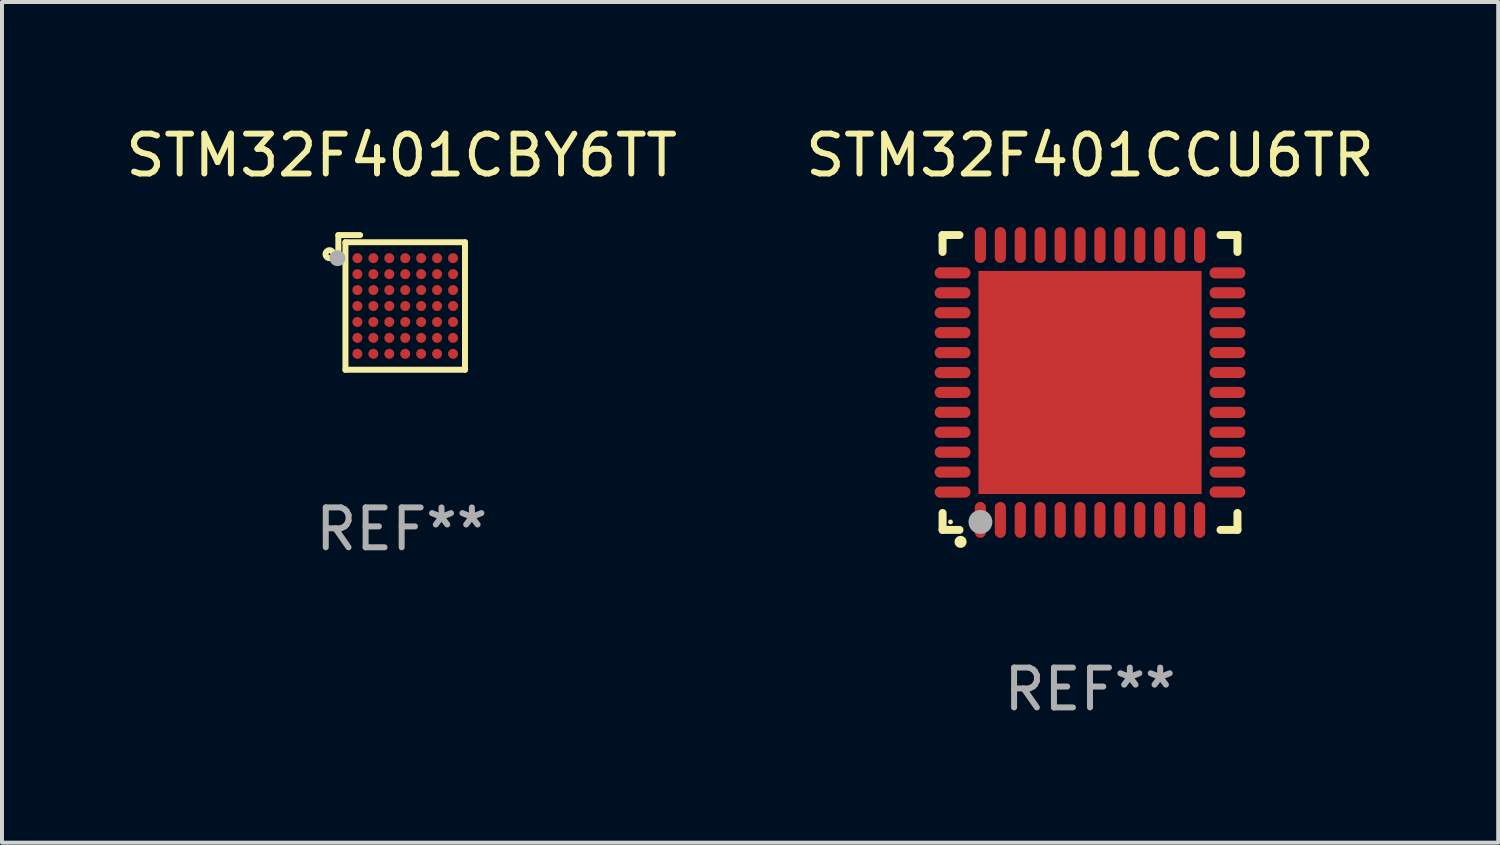
<source format=kicad_pcb>
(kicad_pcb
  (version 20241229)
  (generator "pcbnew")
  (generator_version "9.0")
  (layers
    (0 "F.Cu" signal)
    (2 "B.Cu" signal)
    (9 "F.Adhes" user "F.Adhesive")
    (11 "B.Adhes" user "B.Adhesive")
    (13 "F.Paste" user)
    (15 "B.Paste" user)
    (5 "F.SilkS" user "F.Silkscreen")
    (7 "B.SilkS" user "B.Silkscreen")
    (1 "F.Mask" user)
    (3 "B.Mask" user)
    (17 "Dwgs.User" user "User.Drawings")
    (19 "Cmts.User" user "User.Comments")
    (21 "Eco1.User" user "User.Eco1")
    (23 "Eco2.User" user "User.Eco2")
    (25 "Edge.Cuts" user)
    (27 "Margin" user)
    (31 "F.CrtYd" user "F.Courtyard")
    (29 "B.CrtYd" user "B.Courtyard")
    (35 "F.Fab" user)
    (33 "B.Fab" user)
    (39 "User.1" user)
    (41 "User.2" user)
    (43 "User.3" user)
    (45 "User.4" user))
  (footprint "STM32F401CBY6TT"
    (layer "F.Cu")
    (at 7.03 4.539)
    (property "Reference" "STM32F401CBY6TT" (at 0 -3.69 0) (layer "F.SilkS") (effects (font (size 1 1) (thickness 0.15))))
    (attr through_hole)
    (fp_line (start -1.589 -1.69) (end -1.589 -1.18) (stroke (width 0.15) (type solid)) (layer "F.SilkS"))
    (fp_line (start -1.411 -1.51) (end -1.411 1.69) (stroke (width 0.15) (type solid)) (layer "F.SilkS"))
    (fp_line (start -1.411 1.69) (end 1.589 1.69) (stroke (width 0.15) (type solid)) (layer "F.SilkS"))
    (fp_line (start -1.411 -1.51) (end 1.589 -1.51) (stroke (width 0.15) (type solid)) (layer "F.SilkS"))
    (fp_line (start -1.043 -1.69) (end -1.589 -1.69) (stroke (width 0.15) (type solid)) (layer "F.SilkS"))
    (fp_line (start 1.589 -1.51) (end 1.589 1.69) (stroke (width 0.15) (type solid)) (layer "F.SilkS"))
    (fp_circle (center -1.811 -1.21) (end -1.711 -1.21) (stroke (width 0.15) (type solid)) (fill no) (layer "F.SilkS"))
    (fp_circle (center -1.411 -1.41) (end -1.381 -1.41) (stroke (width 0.06) (type solid)) (fill no) (layer "F.SilkS"))
    (fp_circle (center -1.611 -1.11) (end -1.511 -1.11) (stroke (width 0.2) (type solid)) (fill no) (layer "F.Fab"))
    (fp_text user "REF**" (at 0 5.69 0) (layer "F.Fab") (effects (font (size 1 1) (thickness 0.15))))
    (pad "A1" smd circle (at -1.111 -1.11) (size 0.25 0.25) (layers "F.Cu" "F.Mask" "F.Paste"))
    (pad "A2" smd circle (at -0.711 -1.11) (size 0.25 0.25) (layers "F.Cu" "F.Mask" "F.Paste"))
    (pad "A3" smd circle (at -0.311 -1.11) (size 0.25 0.25) (layers "F.Cu" "F.Mask" "F.Paste"))
    (pad "A4" smd circle (at 0.089 -1.11) (size 0.25 0.25) (layers "F.Cu" "F.Mask" "F.Paste"))
    (pad "A5" smd circle (at 0.489 -1.11) (size 0.25 0.25) (layers "F.Cu" "F.Mask" "F.Paste"))
    (pad "A6" smd circle (at 0.889 -1.11) (size 0.25 0.25) (layers "F.Cu" "F.Mask" "F.Paste"))
    (pad "A7" smd circle (at 1.289 -1.11) (size 0.25 0.25) (layers "F.Cu" "F.Mask" "F.Paste"))
    (pad "B1" smd circle (at -1.111 -0.71) (size 0.25 0.25) (layers "F.Cu" "F.Mask" "F.Paste"))
    (pad "B2" smd circle (at -0.711 -0.71) (size 0.25 0.25) (layers "F.Cu" "F.Mask" "F.Paste"))
    (pad "B3" smd circle (at -0.311 -0.71) (size 0.25 0.25) (layers "F.Cu" "F.Mask" "F.Paste"))
    (pad "B4" smd circle (at 0.089 -0.71) (size 0.25 0.25) (layers "F.Cu" "F.Mask" "F.Paste"))
    (pad "B5" smd circle (at 0.489 -0.71) (size 0.25 0.25) (layers "F.Cu" "F.Mask" "F.Paste"))
    (pad "B6" smd circle (at 0.889 -0.71) (size 0.25 0.25) (layers "F.Cu" "F.Mask" "F.Paste"))
    (pad "B7" smd circle (at 1.289 -0.71) (size 0.25 0.25) (layers "F.Cu" "F.Mask" "F.Paste"))
    (pad "C1" smd circle (at -1.111 -0.31) (size 0.25 0.25) (layers "F.Cu" "F.Mask" "F.Paste"))
    (pad "C2" smd circle (at -0.711 -0.31) (size 0.25 0.25) (layers "F.Cu" "F.Mask" "F.Paste"))
    (pad "C3" smd circle (at -0.311 -0.31) (size 0.25 0.25) (layers "F.Cu" "F.Mask" "F.Paste"))
    (pad "C4" smd circle (at 0.089 -0.31) (size 0.25 0.25) (layers "F.Cu" "F.Mask" "F.Paste"))
    (pad "C5" smd circle (at 0.489 -0.31) (size 0.25 0.25) (layers "F.Cu" "F.Mask" "F.Paste"))
    (pad "C6" smd circle (at 0.889 -0.31) (size 0.25 0.25) (layers "F.Cu" "F.Mask" "F.Paste"))
    (pad "C7" smd circle (at 1.289 -0.31) (size 0.25 0.25) (layers "F.Cu" "F.Mask" "F.Paste"))
    (pad "D1" smd circle (at -1.111 0.09) (size 0.25 0.25) (layers "F.Cu" "F.Mask" "F.Paste"))
    (pad "D2" smd circle (at -0.711 0.09) (size 0.25 0.25) (layers "F.Cu" "F.Mask" "F.Paste"))
    (pad "D3" smd circle (at -0.311 0.09) (size 0.25 0.25) (layers "F.Cu" "F.Mask" "F.Paste"))
    (pad "D4" smd circle (at 0.089 0.09) (size 0.25 0.25) (layers "F.Cu" "F.Mask" "F.Paste"))
    (pad "D5" smd circle (at 0.489 0.09) (size 0.25 0.25) (layers "F.Cu" "F.Mask" "F.Paste"))
    (pad "D6" smd circle (at 0.889 0.09) (size 0.25 0.25) (layers "F.Cu" "F.Mask" "F.Paste"))
    (pad "D7" smd circle (at 1.289 0.09) (size 0.25 0.25) (layers "F.Cu" "F.Mask" "F.Paste"))
    (pad "E1" smd circle (at -1.111 0.49) (size 0.25 0.25) (layers "F.Cu" "F.Mask" "F.Paste"))
    (pad "E2" smd circle (at -0.711 0.49) (size 0.25 0.25) (layers "F.Cu" "F.Mask" "F.Paste"))
    (pad "E3" smd circle (at -0.311 0.49) (size 0.25 0.25) (layers "F.Cu" "F.Mask" "F.Paste"))
    (pad "E4" smd circle (at 0.089 0.49) (size 0.25 0.25) (layers "F.Cu" "F.Mask" "F.Paste"))
    (pad "E5" smd circle (at 0.489 0.49) (size 0.25 0.25) (layers "F.Cu" "F.Mask" "F.Paste"))
    (pad "E6" smd circle (at 0.889 0.49) (size 0.25 0.25) (layers "F.Cu" "F.Mask" "F.Paste"))
    (pad "E7" smd circle (at 1.289 0.49) (size 0.25 0.25) (layers "F.Cu" "F.Mask" "F.Paste"))
    (pad "F1" smd circle (at -1.111 0.89) (size 0.25 0.25) (layers "F.Cu" "F.Mask" "F.Paste"))
    (pad "F2" smd circle (at -0.711 0.89) (size 0.25 0.25) (layers "F.Cu" "F.Mask" "F.Paste"))
    (pad "F3" smd circle (at -0.311 0.89) (size 0.25 0.25) (layers "F.Cu" "F.Mask" "F.Paste"))
    (pad "F4" smd circle (at 0.089 0.89) (size 0.25 0.25) (layers "F.Cu" "F.Mask" "F.Paste"))
    (pad "F5" smd circle (at 0.489 0.89) (size 0.25 0.25) (layers "F.Cu" "F.Mask" "F.Paste"))
    (pad "F6" smd circle (at 0.889 0.89) (size 0.25 0.25) (layers "F.Cu" "F.Mask" "F.Paste"))
    (pad "F7" smd circle (at 1.289 0.89) (size 0.25 0.25) (layers "F.Cu" "F.Mask" "F.Paste"))
    (pad "G1" smd circle (at -1.111 1.29) (size 0.25 0.25) (layers "F.Cu" "F.Mask" "F.Paste"))
    (pad "G2" smd circle (at -0.711 1.29) (size 0.25 0.25) (layers "F.Cu" "F.Mask" "F.Paste"))
    (pad "G3" smd circle (at -0.311 1.29) (size 0.25 0.25) (layers "F.Cu" "F.Mask" "F.Paste"))
    (pad "G4" smd circle (at 0.089 1.29) (size 0.25 0.25) (layers "F.Cu" "F.Mask" "F.Paste"))
    (pad "G5" smd circle (at 0.489 1.29) (size 0.25 0.25) (layers "F.Cu" "F.Mask" "F.Paste"))
    (pad "G6" smd circle (at 0.889 1.29) (size 0.25 0.25) (layers "F.Cu" "F.Mask" "F.Paste"))
    (pad "G7" smd circle (at 1.289 1.29) (size 0.25 0.25) (layers "F.Cu" "F.Mask" "F.Paste")))
  (footprint "STM32F401CCU6TR"
    (layer "F.Cu")
    (at 24.304 6.548)
    (property "Reference" "STM32F401CCU6TR" (at 0 -5.7 0) (layer "F.SilkS") (effects (font (size 1 1) (thickness 0.15))))
    (attr through_hole)
    (fp_line (start -3.7 -3.7) (end -3.275 -3.7) (stroke (width 0.2) (type solid)) (layer "F.SilkS"))
    (fp_line (start -3.7 -3.275) (end -3.7 -3.7) (stroke (width 0.2) (type solid)) (layer "F.SilkS"))
    (fp_line (start -3.7 3.7) (end -3.7 3.275) (stroke (width 0.2) (type solid)) (layer "F.SilkS"))
    (fp_line (start -3.275 3.7) (end -3.7 3.7) (stroke (width 0.2) (type solid)) (layer "F.SilkS"))
    (fp_line (start 3.7 -3.7) (end 3.275 -3.7) (stroke (width 0.2) (type solid)) (layer "F.SilkS"))
    (fp_line (start 3.7 -3.275) (end 3.7 -3.7) (stroke (width 0.2) (type solid)) (layer "F.SilkS"))
    (fp_line (start 3.7 3.275) (end 3.7 3.7) (stroke (width 0.2) (type solid)) (layer "F.SilkS"))
    (fp_line (start 3.7 3.7) (end 3.275 3.7) (stroke (width 0.2) (type solid)) (layer "F.SilkS"))
    (fp_arc (start -3.249936 3.999975) (mid -3.248666 3.99997) (end -3.247396 3.999975) (stroke (width 0.3) (type solid)) (layer "F.SilkS"))
    (fp_circle (center -3.5 3.5) (end -3.47 3.5) (stroke (width 0.06) (type solid)) (fill no) (layer "F.SilkS"))
    (fp_circle (center -2.75 3.5) (end -2.6 3.5) (stroke (width 0.3) (type solid)) (fill no) (layer "F.Fab"))
    (fp_text user "REF**" (at 0 7.7 0) (layer "F.Fab") (effects (font (size 1 1) (thickness 0.15))))
    (pad "1" smd oval (at -2.751 3.449) (size 0.28 0.9) (layers "F.Cu" "F.Mask" "F.Paste"))
    (pad "2" smd oval (at -2.25 3.449) (size 0.28 0.9) (layers "F.Cu" "F.Mask" "F.Paste"))
    (pad "3" smd oval (at -1.75 3.449) (size 0.28 0.9) (layers "F.Cu" "F.Mask" "F.Paste"))
    (pad "4" smd oval (at -1.25 3.449) (size 0.28 0.9) (layers "F.Cu" "F.Mask" "F.Paste"))
    (pad "5" smd oval (at -0.749 3.449) (size 0.28 0.9) (layers "F.Cu" "F.Mask" "F.Paste"))
    (pad "6" smd oval (at -0.249 3.449) (size 0.28 0.9) (layers "F.Cu" "F.Mask" "F.Paste"))
    (pad "7" smd oval (at 0.249 3.449) (size 0.28 0.9) (layers "F.Cu" "F.Mask" "F.Paste"))
    (pad "8" smd oval (at 0.749 3.449) (size 0.28 0.9) (layers "F.Cu" "F.Mask" "F.Paste"))
    (pad "9" smd oval (at 1.25 3.449) (size 0.28 0.9) (layers "F.Cu" "F.Mask" "F.Paste"))
    (pad "10" smd oval (at 1.75 3.449) (size 0.28 0.9) (layers "F.Cu" "F.Mask" "F.Paste"))
    (pad "11" smd oval (at 2.251 3.449) (size 0.28 0.9) (layers "F.Cu" "F.Mask" "F.Paste"))
    (pad "12" smd oval (at 2.751 3.449) (size 0.28 0.9) (layers "F.Cu" "F.Mask" "F.Paste"))
    (pad "13" smd oval (at 3.449 2.75) (size 0.9 0.28) (layers "F.Cu" "F.Mask" "F.Paste"))
    (pad "14" smd oval (at 3.449 2.25) (size 0.9 0.28) (layers "F.Cu" "F.Mask" "F.Paste"))
    (pad "15" smd oval (at 3.449 1.75) (size 0.9 0.28) (layers "F.Cu" "F.Mask" "F.Paste"))
    (pad "16" smd oval (at 3.449 1.25) (size 0.9 0.28) (layers "F.Cu" "F.Mask" "F.Paste"))
    (pad "17" smd oval (at 3.449 0.75) (size 0.9 0.28) (layers "F.Cu" "F.Mask" "F.Paste"))
    (pad "18" smd oval (at 3.449 0.25) (size 0.9 0.28) (layers "F.Cu" "F.Mask" "F.Paste"))
    (pad "19" smd oval (at 3.449 -0.25) (size 0.9 0.28) (layers "F.Cu" "F.Mask" "F.Paste"))
    (pad "20" smd oval (at 3.449 -0.75) (size 0.9 0.28) (layers "F.Cu" "F.Mask" "F.Paste"))
    (pad "21" smd oval (at 3.449 -1.25) (size 0.9 0.28) (layers "F.Cu" "F.Mask" "F.Paste"))
    (pad "22" smd oval (at 3.449 -1.75) (size 0.9 0.28) (layers "F.Cu" "F.Mask" "F.Paste"))
    (pad "23" smd oval (at 3.449 -2.25) (size 0.9 0.28) (layers "F.Cu" "F.Mask" "F.Paste"))
    (pad "24" smd oval (at 3.449 -2.75) (size 0.9 0.28) (layers "F.Cu" "F.Mask" "F.Paste"))
    (pad "25" smd oval (at 2.751 -3.449) (size 0.28 0.9) (layers "F.Cu" "F.Mask" "F.Paste"))
    (pad "26" smd oval (at 2.251 -3.449) (size 0.28 0.9) (layers "F.Cu" "F.Mask" "F.Paste"))
    (pad "27" smd oval (at 1.75 -3.449) (size 0.28 0.9) (layers "F.Cu" "F.Mask" "F.Paste"))
    (pad "28" smd oval (at 1.25 -3.449) (size 0.28 0.9) (layers "F.Cu" "F.Mask" "F.Paste"))
    (pad "29" smd oval (at 0.749 -3.449) (size 0.28 0.9) (layers "F.Cu" "F.Mask" "F.Paste"))
    (pad "30" smd oval (at 0.249 -3.449) (size 0.28 0.9) (layers "F.Cu" "F.Mask" "F.Paste"))
    (pad "31" smd oval (at -0.249 -3.449) (size 0.28 0.9) (layers "F.Cu" "F.Mask" "F.Paste"))
    (pad "32" smd oval (at -0.749 -3.449) (size 0.28 0.9) (layers "F.Cu" "F.Mask" "F.Paste"))
    (pad "33" smd oval (at -1.25 -3.449) (size 0.28 0.9) (layers "F.Cu" "F.Mask" "F.Paste"))
    (pad "34" smd oval (at -1.75 -3.449) (size 0.28 0.9) (layers "F.Cu" "F.Mask" "F.Paste"))
    (pad "35" smd oval (at -2.25 -3.449) (size 0.28 0.9) (layers "F.Cu" "F.Mask" "F.Paste"))
    (pad "36" smd oval (at -2.751 -3.449) (size 0.28 0.9) (layers "F.Cu" "F.Mask" "F.Paste"))
    (pad "37" smd oval (at -3.449 -2.751) (size 0.9 0.28) (layers "F.Cu" "F.Mask" "F.Paste"))
    (pad "38" smd oval (at -3.449 -2.25) (size 0.9 0.28) (layers "F.Cu" "F.Mask" "F.Paste"))
    (pad "39" smd oval (at -3.449 -1.75) (size 0.9 0.28) (layers "F.Cu" "F.Mask" "F.Paste"))
    (pad "40" smd oval (at -3.449 -1.25) (size 0.9 0.28) (layers "F.Cu" "F.Mask" "F.Paste"))
    (pad "41" smd oval (at -3.449 -0.749) (size 0.9 0.28) (layers "F.Cu" "F.Mask" "F.Paste"))
    (pad "42" smd oval (at -3.449 -0.249) (size 0.9 0.28) (layers "F.Cu" "F.Mask" "F.Paste"))
    (pad "43" smd oval (at -3.449 0.249) (size 0.9 0.28) (layers "F.Cu" "F.Mask" "F.Paste"))
    (pad "44" smd oval (at -3.449 0.749) (size 0.9 0.28) (layers "F.Cu" "F.Mask" "F.Paste"))
    (pad "45" smd oval (at -3.449 1.25) (size 0.9 0.28) (layers "F.Cu" "F.Mask" "F.Paste"))
    (pad "46" smd oval (at -3.449 1.75) (size 0.9 0.28) (layers "F.Cu" "F.Mask" "F.Paste"))
    (pad "47" smd oval (at -3.449 2.25) (size 0.9 0.28) (layers "F.Cu" "F.Mask" "F.Paste"))
    (pad "48" smd oval (at -3.449 2.751) (size 0.9 0.28) (layers "F.Cu" "F.Mask" "F.Paste"))
    (pad "49" smd rect (at 0.000076 -0.000025) (size 5.6 5.6) (layers "F.Cu" "F.Mask" "F.Paste")))
  (gr_rect
    (start -3 -3)
    (end 34.548 18.097)
    (stroke (width 0.1) (type default))
    (fill no)
    (layer "Edge.Cuts")))
</source>
